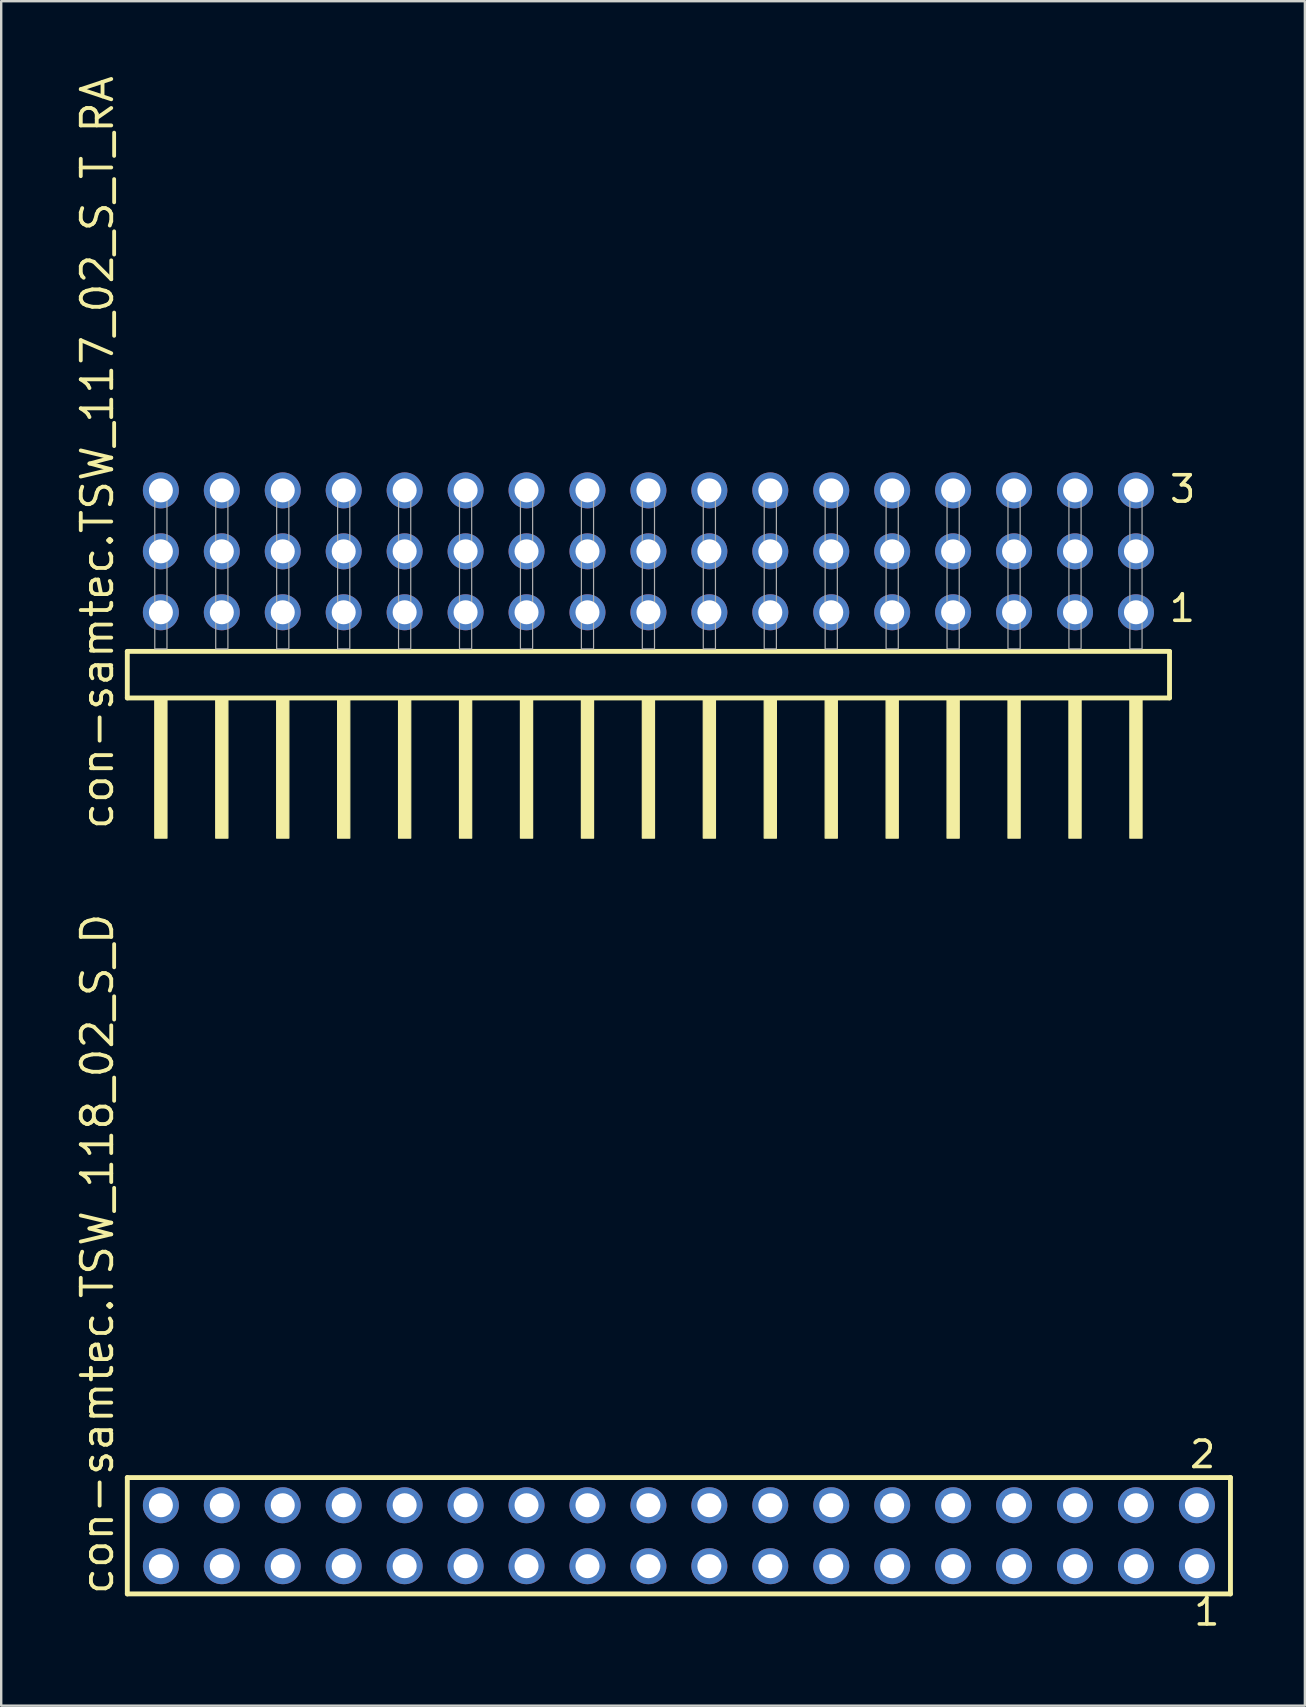
<source format=kicad_pcb>
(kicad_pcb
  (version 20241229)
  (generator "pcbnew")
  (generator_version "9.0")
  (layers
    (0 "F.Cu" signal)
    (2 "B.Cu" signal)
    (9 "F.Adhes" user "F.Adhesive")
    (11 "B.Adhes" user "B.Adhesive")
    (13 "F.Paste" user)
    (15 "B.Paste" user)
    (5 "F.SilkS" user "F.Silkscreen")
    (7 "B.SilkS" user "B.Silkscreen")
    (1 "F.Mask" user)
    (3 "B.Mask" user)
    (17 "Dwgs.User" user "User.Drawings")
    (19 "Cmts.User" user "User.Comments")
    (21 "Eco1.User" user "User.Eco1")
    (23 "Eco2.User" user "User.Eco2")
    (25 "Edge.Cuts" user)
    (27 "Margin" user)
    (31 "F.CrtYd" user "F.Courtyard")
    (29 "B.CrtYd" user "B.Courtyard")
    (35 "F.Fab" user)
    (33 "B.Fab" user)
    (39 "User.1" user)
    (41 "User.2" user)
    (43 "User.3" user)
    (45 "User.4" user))
  (footprint "con-samtec.TSW_118_02_S_D"
    (layer "F.Cu")
    (at 25.245 60.957)
    (property "Reference" "con-samtec.TSW_118_02_S_D" (at -23.495 2.54 90) (layer "F.SilkS") (effects (font (size 1.27 1.27) (thickness 0.16)) (justify left bottom)))
    (attr through_hole)
    (fp_line (start -22.989 -2.425) (end 22.989 -2.425) (stroke (width 0.203) (type default)) (layer "F.SilkS"))
    (fp_line (start -22.989 2.425) (end -22.989 -2.425) (stroke (width 0.203) (type default)) (layer "F.SilkS"))
    (fp_line (start 22.989 -2.425) (end 22.989 2.425) (stroke (width 0.203) (type default)) (layer "F.SilkS"))
    (fp_line (start 22.989 2.425) (end -22.989 2.425) (stroke (width 0.203) (type default)) (layer "F.SilkS"))
    (fp_rect (start -21.94 -0.92) (end -21.24 -1.62) (stroke (width 0.05) (type default)) (fill no) (layer "F.Fab"))
    (fp_rect (start -21.94 1.62) (end -21.24 0.92) (stroke (width 0.05) (type default)) (fill no) (layer "F.Fab"))
    (fp_rect (start -19.4 -0.92) (end -18.7 -1.62) (stroke (width 0.05) (type default)) (fill no) (layer "F.Fab"))
    (fp_rect (start -19.4 1.62) (end -18.7 0.92) (stroke (width 0.05) (type default)) (fill no) (layer "F.Fab"))
    (fp_rect (start -16.86 -0.92) (end -16.16 -1.62) (stroke (width 0.05) (type default)) (fill no) (layer "F.Fab"))
    (fp_rect (start -16.86 1.62) (end -16.16 0.92) (stroke (width 0.05) (type default)) (fill no) (layer "F.Fab"))
    (fp_rect (start -14.32 -0.92) (end -13.62 -1.62) (stroke (width 0.05) (type default)) (fill no) (layer "F.Fab"))
    (fp_rect (start -14.32 1.62) (end -13.62 0.92) (stroke (width 0.05) (type default)) (fill no) (layer "F.Fab"))
    (fp_rect (start -11.78 -0.92) (end -11.08 -1.62) (stroke (width 0.05) (type default)) (fill no) (layer "F.Fab"))
    (fp_rect (start -11.78 1.62) (end -11.08 0.92) (stroke (width 0.05) (type default)) (fill no) (layer "F.Fab"))
    (fp_rect (start -9.24 -0.92) (end -8.54 -1.62) (stroke (width 0.05) (type default)) (fill no) (layer "F.Fab"))
    (fp_rect (start -9.24 1.62) (end -8.54 0.92) (stroke (width 0.05) (type default)) (fill no) (layer "F.Fab"))
    (fp_rect (start -6.7 -0.92) (end -6 -1.62) (stroke (width 0.05) (type default)) (fill no) (layer "F.Fab"))
    (fp_rect (start -6.7 1.62) (end -6 0.92) (stroke (width 0.05) (type default)) (fill no) (layer "F.Fab"))
    (fp_rect (start -4.16 -0.92) (end -3.46 -1.62) (stroke (width 0.05) (type default)) (fill no) (layer "F.Fab"))
    (fp_rect (start -4.16 1.62) (end -3.46 0.92) (stroke (width 0.05) (type default)) (fill no) (layer "F.Fab"))
    (fp_rect (start -1.62 -0.92) (end -0.92 -1.62) (stroke (width 0.05) (type default)) (fill no) (layer "F.Fab"))
    (fp_rect (start -1.62 1.62) (end -0.92 0.92) (stroke (width 0.05) (type default)) (fill no) (layer "F.Fab"))
    (fp_rect (start 0.92 -0.92) (end 1.62 -1.62) (stroke (width 0.05) (type default)) (fill no) (layer "F.Fab"))
    (fp_rect (start 0.92 1.62) (end 1.62 0.92) (stroke (width 0.05) (type default)) (fill no) (layer "F.Fab"))
    (fp_rect (start 3.46 -0.92) (end 4.16 -1.62) (stroke (width 0.05) (type default)) (fill no) (layer "F.Fab"))
    (fp_rect (start 3.46 1.62) (end 4.16 0.92) (stroke (width 0.05) (type default)) (fill no) (layer "F.Fab"))
    (fp_rect (start 6 -0.92) (end 6.7 -1.62) (stroke (width 0.05) (type default)) (fill no) (layer "F.Fab"))
    (fp_rect (start 6 1.62) (end 6.7 0.92) (stroke (width 0.05) (type default)) (fill no) (layer "F.Fab"))
    (fp_rect (start 8.54 -0.92) (end 9.24 -1.62) (stroke (width 0.05) (type default)) (fill no) (layer "F.Fab"))
    (fp_rect (start 8.54 1.62) (end 9.24 0.92) (stroke (width 0.05) (type default)) (fill no) (layer "F.Fab"))
    (fp_rect (start 11.08 -0.92) (end 11.78 -1.62) (stroke (width 0.05) (type default)) (fill no) (layer "F.Fab"))
    (fp_rect (start 11.08 1.62) (end 11.78 0.92) (stroke (width 0.05) (type default)) (fill no) (layer "F.Fab"))
    (fp_rect (start 13.62 -0.92) (end 14.32 -1.62) (stroke (width 0.05) (type default)) (fill no) (layer "F.Fab"))
    (fp_rect (start 13.62 1.62) (end 14.32 0.92) (stroke (width 0.05) (type default)) (fill no) (layer "F.Fab"))
    (fp_rect (start 16.16 -0.92) (end 16.86 -1.62) (stroke (width 0.05) (type default)) (fill no) (layer "F.Fab"))
    (fp_rect (start 16.16 1.62) (end 16.86 0.92) (stroke (width 0.05) (type default)) (fill no) (layer "F.Fab"))
    (fp_rect (start 18.7 -0.92) (end 19.4 -1.62) (stroke (width 0.05) (type default)) (fill no) (layer "F.Fab"))
    (fp_rect (start 18.7 1.62) (end 19.4 0.92) (stroke (width 0.05) (type default)) (fill no) (layer "F.Fab"))
    (fp_rect (start 21.24 -0.92) (end 21.94 -1.62) (stroke (width 0.05) (type default)) (fill no) (layer "F.Fab"))
    (fp_rect (start 21.24 1.62) (end 21.94 0.92) (stroke (width 0.05) (type default)) (fill no) (layer "F.Fab"))
    (fp_text user "1" (at 21.382 3.818 0) (layer "F.SilkS") (effects (font (size 1.1 1.1) (thickness 0.15)) (justify left bottom)))
    (fp_text user "2" (at 21.207 -2.744 0) (layer "F.SilkS") (effects (font (size 1.1 1.1) (thickness 0.15)) (justify left bottom)))
    (pad "1" thru_hole circle (at 21.59 1.27 180) (size 1.5 1.5) (drill 1) (layers "*.Cu" "*.Mask"))
    (pad "2" thru_hole circle (at 21.59 -1.27 180) (size 1.5 1.5) (drill 1) (layers "*.Cu" "*.Mask"))
    (pad "3" thru_hole circle (at 19.05 1.27 180) (size 1.5 1.5) (drill 1) (layers "*.Cu" "*.Mask"))
    (pad "4" thru_hole circle (at 19.05 -1.27 180) (size 1.5 1.5) (drill 1) (layers "*.Cu" "*.Mask"))
    (pad "5" thru_hole circle (at 16.51 1.27 180) (size 1.5 1.5) (drill 1) (layers "*.Cu" "*.Mask"))
    (pad "6" thru_hole circle (at 16.51 -1.27 180) (size 1.5 1.5) (drill 1) (layers "*.Cu" "*.Mask"))
    (pad "7" thru_hole circle (at 13.97 1.27 180) (size 1.5 1.5) (drill 1) (layers "*.Cu" "*.Mask"))
    (pad "8" thru_hole circle (at 13.97 -1.27 180) (size 1.5 1.5) (drill 1) (layers "*.Cu" "*.Mask"))
    (pad "9" thru_hole circle (at 11.43 1.27 180) (size 1.5 1.5) (drill 1) (layers "*.Cu" "*.Mask"))
    (pad "10" thru_hole circle (at 11.43 -1.27 180) (size 1.5 1.5) (drill 1) (layers "*.Cu" "*.Mask"))
    (pad "11" thru_hole circle (at 8.89 1.27 180) (size 1.5 1.5) (drill 1) (layers "*.Cu" "*.Mask"))
    (pad "12" thru_hole circle (at 8.89 -1.27 180) (size 1.5 1.5) (drill 1) (layers "*.Cu" "*.Mask"))
    (pad "13" thru_hole circle (at 6.35 1.27 180) (size 1.5 1.5) (drill 1) (layers "*.Cu" "*.Mask"))
    (pad "14" thru_hole circle (at 6.35 -1.27 180) (size 1.5 1.5) (drill 1) (layers "*.Cu" "*.Mask"))
    (pad "15" thru_hole circle (at 3.81 1.27 180) (size 1.5 1.5) (drill 1) (layers "*.Cu" "*.Mask"))
    (pad "16" thru_hole circle (at 3.81 -1.27 180) (size 1.5 1.5) (drill 1) (layers "*.Cu" "*.Mask"))
    (pad "17" thru_hole circle (at 1.27 1.27 180) (size 1.5 1.5) (drill 1) (layers "*.Cu" "*.Mask"))
    (pad "18" thru_hole circle (at 1.27 -1.27 180) (size 1.5 1.5) (drill 1) (layers "*.Cu" "*.Mask"))
    (pad "19" thru_hole circle (at -1.27 1.27 180) (size 1.5 1.5) (drill 1) (layers "*.Cu" "*.Mask"))
    (pad "20" thru_hole circle (at -1.27 -1.27 180) (size 1.5 1.5) (drill 1) (layers "*.Cu" "*.Mask"))
    (pad "21" thru_hole circle (at -3.81 1.27 180) (size 1.5 1.5) (drill 1) (layers "*.Cu" "*.Mask"))
    (pad "22" thru_hole circle (at -3.81 -1.27 180) (size 1.5 1.5) (drill 1) (layers "*.Cu" "*.Mask"))
    (pad "23" thru_hole circle (at -6.35 1.27 180) (size 1.5 1.5) (drill 1) (layers "*.Cu" "*.Mask"))
    (pad "24" thru_hole circle (at -6.35 -1.27 180) (size 1.5 1.5) (drill 1) (layers "*.Cu" "*.Mask"))
    (pad "25" thru_hole circle (at -8.89 1.27 180) (size 1.5 1.5) (drill 1) (layers "*.Cu" "*.Mask"))
    (pad "26" thru_hole circle (at -8.89 -1.27 180) (size 1.5 1.5) (drill 1) (layers "*.Cu" "*.Mask"))
    (pad "27" thru_hole circle (at -11.43 1.27 180) (size 1.5 1.5) (drill 1) (layers "*.Cu" "*.Mask"))
    (pad "28" thru_hole circle (at -11.43 -1.27 180) (size 1.5 1.5) (drill 1) (layers "*.Cu" "*.Mask"))
    (pad "29" thru_hole circle (at -13.97 1.27 180) (size 1.5 1.5) (drill 1) (layers "*.Cu" "*.Mask"))
    (pad "30" thru_hole circle (at -13.97 -1.27 180) (size 1.5 1.5) (drill 1) (layers "*.Cu" "*.Mask"))
    (pad "31" thru_hole circle (at -16.51 1.27 180) (size 1.5 1.5) (drill 1) (layers "*.Cu" "*.Mask"))
    (pad "32" thru_hole circle (at -16.51 -1.27 180) (size 1.5 1.5) (drill 1) (layers "*.Cu" "*.Mask"))
    (pad "33" thru_hole circle (at -19.05 1.27 180) (size 1.5 1.5) (drill 1) (layers "*.Cu" "*.Mask"))
    (pad "34" thru_hole circle (at -19.05 -1.27 180) (size 1.5 1.5) (drill 1) (layers "*.Cu" "*.Mask"))
    (pad "35" thru_hole circle (at -21.59 1.27 180) (size 1.5 1.5) (drill 1) (layers "*.Cu" "*.Mask"))
    (pad "36" thru_hole circle (at -21.59 -1.27 180) (size 1.5 1.5) (drill 1) (layers "*.Cu" "*.Mask")))
  (footprint "con-samtec.TSW_117_02_S_T_RA"
    (layer "F.Cu")
    (at 23.975 23.993)
    (property "Reference" "con-samtec.TSW_117_02_S_T_RA" (at -22.225 7.62 90) (layer "F.SilkS") (effects (font (size 1.27 1.27) (thickness 0.16)) (justify left bottom)))
    (attr through_hole)
    (fp_line (start -21.719 0.106) (end -21.719 2.046) (stroke (width 0.203) (type default)) (layer "F.SilkS"))
    (fp_line (start -21.719 2.046) (end 21.719 2.046) (stroke (width 0.203) (type default)) (layer "F.SilkS"))
    (fp_line (start 21.719 0.106) (end -21.719 0.106) (stroke (width 0.203) (type default)) (layer "F.SilkS"))
    (fp_line (start 21.719 2.046) (end 21.719 0.106) (stroke (width 0.203) (type default)) (layer "F.SilkS"))
    (fp_rect (start -20.574 7.89) (end -20.066 2.04) (stroke (width 0.05) (type default)) (fill yes) (layer "F.SilkS"))
    (fp_rect (start -18.034 7.89) (end -17.526 2.04) (stroke (width 0.05) (type default)) (fill yes) (layer "F.SilkS"))
    (fp_rect (start -15.494 7.89) (end -14.986 2.04) (stroke (width 0.05) (type default)) (fill yes) (layer "F.SilkS"))
    (fp_rect (start -12.954 7.89) (end -12.446 2.04) (stroke (width 0.05) (type default)) (fill yes) (layer "F.SilkS"))
    (fp_rect (start -10.414 7.89) (end -9.906 2.04) (stroke (width 0.05) (type default)) (fill yes) (layer "F.SilkS"))
    (fp_rect (start -7.874 7.89) (end -7.366 2.04) (stroke (width 0.05) (type default)) (fill yes) (layer "F.SilkS"))
    (fp_rect (start -5.334 7.89) (end -4.826 2.04) (stroke (width 0.05) (type default)) (fill yes) (layer "F.SilkS"))
    (fp_rect (start -2.794 7.89) (end -2.286 2.04) (stroke (width 0.05) (type default)) (fill yes) (layer "F.SilkS"))
    (fp_rect (start -0.254 7.89) (end 0.254 2.04) (stroke (width 0.05) (type default)) (fill yes) (layer "F.SilkS"))
    (fp_rect (start 2.286 7.89) (end 2.794 2.04) (stroke (width 0.05) (type default)) (fill yes) (layer "F.SilkS"))
    (fp_rect (start 4.826 7.89) (end 5.334 2.04) (stroke (width 0.05) (type default)) (fill yes) (layer "F.SilkS"))
    (fp_rect (start 7.366 7.89) (end 7.874 2.04) (stroke (width 0.05) (type default)) (fill yes) (layer "F.SilkS"))
    (fp_rect (start 9.906 7.89) (end 10.414 2.04) (stroke (width 0.05) (type default)) (fill yes) (layer "F.SilkS"))
    (fp_rect (start 12.446 7.89) (end 12.954 2.04) (stroke (width 0.05) (type default)) (fill yes) (layer "F.SilkS"))
    (fp_rect (start 14.986 7.89) (end 15.494 2.04) (stroke (width 0.05) (type default)) (fill yes) (layer "F.SilkS"))
    (fp_rect (start 17.526 7.89) (end 18.034 2.04) (stroke (width 0.05) (type default)) (fill yes) (layer "F.SilkS"))
    (fp_rect (start 20.066 7.89) (end 20.574 2.04) (stroke (width 0.05) (type default)) (fill yes) (layer "F.SilkS"))
    (fp_rect (start -20.574 0) (end -20.066 -6.858) (stroke (width 0.05) (type default)) (fill no) (layer "F.Fab"))
    (fp_rect (start -18.034 0) (end -17.526 -6.858) (stroke (width 0.05) (type default)) (fill no) (layer "F.Fab"))
    (fp_rect (start -15.494 0) (end -14.986 -6.858) (stroke (width 0.05) (type default)) (fill no) (layer "F.Fab"))
    (fp_rect (start -12.954 0) (end -12.446 -6.858) (stroke (width 0.05) (type default)) (fill no) (layer "F.Fab"))
    (fp_rect (start -10.414 0) (end -9.906 -6.858) (stroke (width 0.05) (type default)) (fill no) (layer "F.Fab"))
    (fp_rect (start -7.874 0) (end -7.366 -6.858) (stroke (width 0.05) (type default)) (fill no) (layer "F.Fab"))
    (fp_rect (start -5.334 0) (end -4.826 -6.858) (stroke (width 0.05) (type default)) (fill no) (layer "F.Fab"))
    (fp_rect (start -2.794 0) (end -2.286 -6.858) (stroke (width 0.05) (type default)) (fill no) (layer "F.Fab"))
    (fp_rect (start -0.254 0) (end 0.254 -6.858) (stroke (width 0.05) (type default)) (fill no) (layer "F.Fab"))
    (fp_rect (start 2.286 0) (end 2.794 -6.858) (stroke (width 0.05) (type default)) (fill no) (layer "F.Fab"))
    (fp_rect (start 4.826 0) (end 5.334 -6.858) (stroke (width 0.05) (type default)) (fill no) (layer "F.Fab"))
    (fp_rect (start 7.366 0) (end 7.874 -6.858) (stroke (width 0.05) (type default)) (fill no) (layer "F.Fab"))
    (fp_rect (start 9.906 0) (end 10.414 -6.858) (stroke (width 0.05) (type default)) (fill no) (layer "F.Fab"))
    (fp_rect (start 12.446 0) (end 12.954 -6.858) (stroke (width 0.05) (type default)) (fill no) (layer "F.Fab"))
    (fp_rect (start 14.986 0) (end 15.494 -6.858) (stroke (width 0.05) (type default)) (fill no) (layer "F.Fab"))
    (fp_rect (start 17.526 0) (end 18.034 -6.858) (stroke (width 0.05) (type default)) (fill no) (layer "F.Fab"))
    (fp_rect (start 20.066 0) (end 20.574 -6.858) (stroke (width 0.05) (type default)) (fill no) (layer "F.Fab"))
    (fp_text user "1" (at 21.63 -1.05 0) (layer "F.SilkS") (effects (font (size 1.1 1.1) (thickness 0.15)) (justify left bottom)))
    (fp_text user "3" (at 21.645 -6.015 0) (layer "F.SilkS") (effects (font (size 1.1 1.1) (thickness 0.15)) (justify left bottom)))
    (pad "1" thru_hole circle (at 20.32 -1.524 180) (size 1.5 1.5) (drill 1) (layers "*.Cu" "*.Mask"))
    (pad "2" thru_hole circle (at 20.32 -4.064 180) (size 1.5 1.5) (drill 1) (layers "*.Cu" "*.Mask"))
    (pad "3" thru_hole circle (at 20.32 -6.604 180) (size 1.5 1.5) (drill 1) (layers "*.Cu" "*.Mask"))
    (pad "4" thru_hole circle (at 17.78 -1.524 180) (size 1.5 1.5) (drill 1) (layers "*.Cu" "*.Mask"))
    (pad "5" thru_hole circle (at 17.78 -4.064 180) (size 1.5 1.5) (drill 1) (layers "*.Cu" "*.Mask"))
    (pad "6" thru_hole circle (at 17.78 -6.604 180) (size 1.5 1.5) (drill 1) (layers "*.Cu" "*.Mask"))
    (pad "7" thru_hole circle (at 15.24 -1.524 180) (size 1.5 1.5) (drill 1) (layers "*.Cu" "*.Mask"))
    (pad "8" thru_hole circle (at 15.24 -4.064 180) (size 1.5 1.5) (drill 1) (layers "*.Cu" "*.Mask"))
    (pad "9" thru_hole circle (at 15.24 -6.604 180) (size 1.5 1.5) (drill 1) (layers "*.Cu" "*.Mask"))
    (pad "10" thru_hole circle (at 12.7 -1.524 180) (size 1.5 1.5) (drill 1) (layers "*.Cu" "*.Mask"))
    (pad "11" thru_hole circle (at 12.7 -4.064 180) (size 1.5 1.5) (drill 1) (layers "*.Cu" "*.Mask"))
    (pad "12" thru_hole circle (at 12.7 -6.604 180) (size 1.5 1.5) (drill 1) (layers "*.Cu" "*.Mask"))
    (pad "13" thru_hole circle (at 10.16 -1.524 180) (size 1.5 1.5) (drill 1) (layers "*.Cu" "*.Mask"))
    (pad "14" thru_hole circle (at 10.16 -4.064 180) (size 1.5 1.5) (drill 1) (layers "*.Cu" "*.Mask"))
    (pad "15" thru_hole circle (at 10.16 -6.604 180) (size 1.5 1.5) (drill 1) (layers "*.Cu" "*.Mask"))
    (pad "16" thru_hole circle (at 7.62 -1.524 180) (size 1.5 1.5) (drill 1) (layers "*.Cu" "*.Mask"))
    (pad "17" thru_hole circle (at 7.62 -4.064 180) (size 1.5 1.5) (drill 1) (layers "*.Cu" "*.Mask"))
    (pad "18" thru_hole circle (at 7.62 -6.604 180) (size 1.5 1.5) (drill 1) (layers "*.Cu" "*.Mask"))
    (pad "19" thru_hole circle (at 5.08 -1.524 180) (size 1.5 1.5) (drill 1) (layers "*.Cu" "*.Mask"))
    (pad "20" thru_hole circle (at 5.08 -4.064 180) (size 1.5 1.5) (drill 1) (layers "*.Cu" "*.Mask"))
    (pad "21" thru_hole circle (at 5.08 -6.604 180) (size 1.5 1.5) (drill 1) (layers "*.Cu" "*.Mask"))
    (pad "22" thru_hole circle (at 2.54 -1.524 180) (size 1.5 1.5) (drill 1) (layers "*.Cu" "*.Mask"))
    (pad "23" thru_hole circle (at 2.54 -4.064 180) (size 1.5 1.5) (drill 1) (layers "*.Cu" "*.Mask"))
    (pad "24" thru_hole circle (at 2.54 -6.604 180) (size 1.5 1.5) (drill 1) (layers "*.Cu" "*.Mask"))
    (pad "25" thru_hole circle (at 0 -1.524 180) (size 1.5 1.5) (drill 1) (layers "*.Cu" "*.Mask"))
    (pad "26" thru_hole circle (at 0 -4.064 180) (size 1.5 1.5) (drill 1) (layers "*.Cu" "*.Mask"))
    (pad "27" thru_hole circle (at 0 -6.604 180) (size 1.5 1.5) (drill 1) (layers "*.Cu" "*.Mask"))
    (pad "28" thru_hole circle (at -2.54 -1.524 180) (size 1.5 1.5) (drill 1) (layers "*.Cu" "*.Mask"))
    (pad "29" thru_hole circle (at -2.54 -4.064 180) (size 1.5 1.5) (drill 1) (layers "*.Cu" "*.Mask"))
    (pad "30" thru_hole circle (at -2.54 -6.604 180) (size 1.5 1.5) (drill 1) (layers "*.Cu" "*.Mask"))
    (pad "31" thru_hole circle (at -5.08 -1.524 180) (size 1.5 1.5) (drill 1) (layers "*.Cu" "*.Mask"))
    (pad "32" thru_hole circle (at -5.08 -4.064 180) (size 1.5 1.5) (drill 1) (layers "*.Cu" "*.Mask"))
    (pad "33" thru_hole circle (at -5.08 -6.604 180) (size 1.5 1.5) (drill 1) (layers "*.Cu" "*.Mask"))
    (pad "34" thru_hole circle (at -7.62 -1.524 180) (size 1.5 1.5) (drill 1) (layers "*.Cu" "*.Mask"))
    (pad "35" thru_hole circle (at -7.62 -4.064 180) (size 1.5 1.5) (drill 1) (layers "*.Cu" "*.Mask"))
    (pad "36" thru_hole circle (at -7.62 -6.604 180) (size 1.5 1.5) (drill 1) (layers "*.Cu" "*.Mask"))
    (pad "37" thru_hole circle (at -10.16 -1.524 180) (size 1.5 1.5) (drill 1) (layers "*.Cu" "*.Mask"))
    (pad "38" thru_hole circle (at -10.16 -4.064 180) (size 1.5 1.5) (drill 1) (layers "*.Cu" "*.Mask"))
    (pad "39" thru_hole circle (at -10.16 -6.604 180) (size 1.5 1.5) (drill 1) (layers "*.Cu" "*.Mask"))
    (pad "40" thru_hole circle (at -12.7 -1.524 180) (size 1.5 1.5) (drill 1) (layers "*.Cu" "*.Mask"))
    (pad "41" thru_hole circle (at -12.7 -4.064 180) (size 1.5 1.5) (drill 1) (layers "*.Cu" "*.Mask"))
    (pad "42" thru_hole circle (at -12.7 -6.604 180) (size 1.5 1.5) (drill 1) (layers "*.Cu" "*.Mask"))
    (pad "43" thru_hole circle (at -15.24 -1.524 180) (size 1.5 1.5) (drill 1) (layers "*.Cu" "*.Mask"))
    (pad "44" thru_hole circle (at -15.24 -4.064 180) (size 1.5 1.5) (drill 1) (layers "*.Cu" "*.Mask"))
    (pad "45" thru_hole circle (at -15.24 -6.604 180) (size 1.5 1.5) (drill 1) (layers "*.Cu" "*.Mask"))
    (pad "46" thru_hole circle (at -17.78 -1.524 180) (size 1.5 1.5) (drill 1) (layers "*.Cu" "*.Mask"))
    (pad "47" thru_hole circle (at -17.78 -4.064 180) (size 1.5 1.5) (drill 1) (layers "*.Cu" "*.Mask"))
    (pad "48" thru_hole circle (at -17.78 -6.604 180) (size 1.5 1.5) (drill 1) (layers "*.Cu" "*.Mask"))
    (pad "49" thru_hole circle (at -20.32 -1.524 180) (size 1.5 1.5) (drill 1) (layers "*.Cu" "*.Mask"))
    (pad "50" thru_hole circle (at -20.32 -4.064 180) (size 1.5 1.5) (drill 1) (layers "*.Cu" "*.Mask"))
    (pad "51" thru_hole circle (at -20.32 -6.604 180) (size 1.5 1.5) (drill 1) (layers "*.Cu" "*.Mask")))
  (gr_rect
    (start -3 -3)
    (end 51.336 68.039)
    (stroke (width 0.1) (type default))
    (fill no)
    (layer "Edge.Cuts")))
</source>
